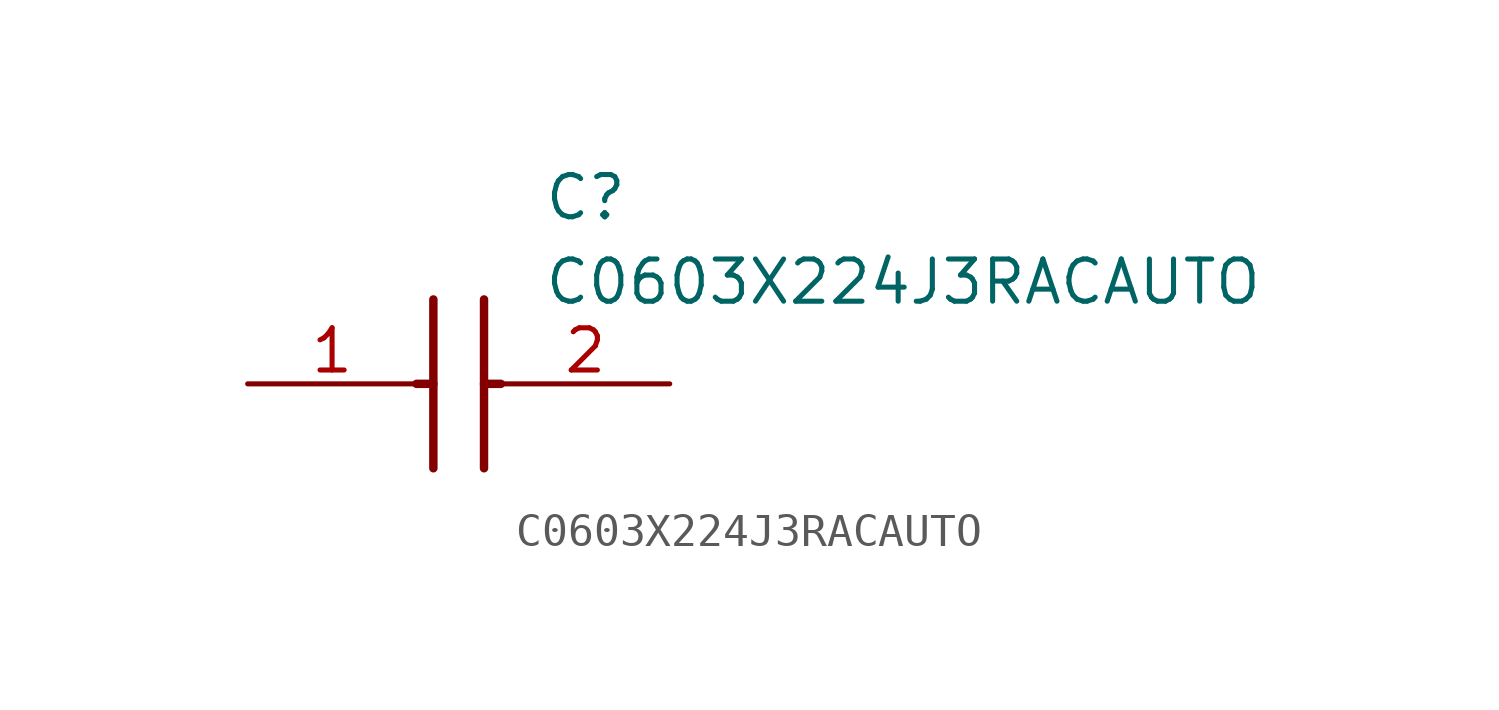
<source format=kicad_sym>
(kicad_symbol_lib
  (version 20211014)
  (generator SamacSys_ECAD_Model)
  (symbol "C0603X224J3RACAUTO"
    (pin_names hide)
    (property "Reference" "C"
      (at 8.89 6.35 0)
      (effects (font (size 1.27 1.27)) (justify left top)))
    (property "Value" "C0603X224J3RACAUTO"
      (at 8.89 3.81 0)
      (effects (font (size 1.27 1.27)) (justify left top)))
    (polyline
      (pts (xy 5.588 2.54) (xy 5.588 -2.54))
      (stroke (width 0.254) (type default))
      (fill (type none)))
    (polyline
      (pts (xy 7.112 2.54) (xy 7.112 -2.54))
      (stroke (width 0.254) (type default))
      (fill (type none)))
    (polyline
      (pts (xy 5.08 0) (xy 5.588 0))
      (stroke (width 0.254) (type default))
      (fill (type none)))
    (polyline
      (pts (xy 7.112 0) (xy 7.62 0))
      (stroke (width 0.254) (type default))
      (fill (type none)))
    (pin passive line
      (at 0 0 0)
      (length 5.08)
      (name "1" (effects (font (size 1.27 1.27))))
      (number "1" (effects (font (size 1.27 1.27)))))
    (pin passive line
      (at 12.7 0 180)
      (length 5.08)
      (name "2" (effects (font (size 1.27 1.27))))
      (number "2" (effects (font (size 1.27 1.27)))))))
</source>
